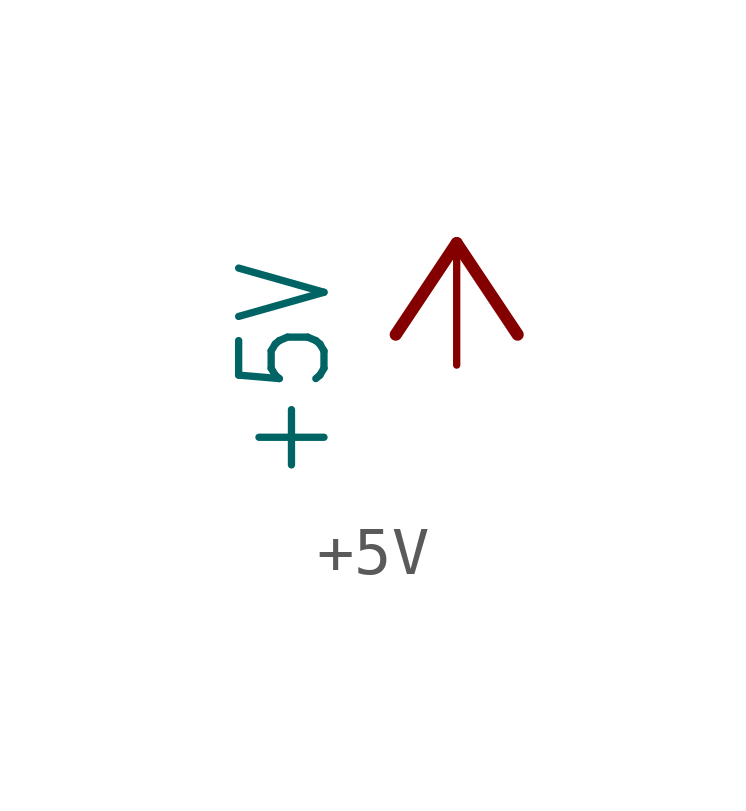
<source format=kicad_sym>
(kicad_symbol_lib
  (version 20220914)
  (generator kicad_symbol_editor)
  (symbol "+5V"
    (power)
    (property "Reference" "#P+"
      (at 0 0 0)
      (effects (font (size 1.27 1.27)) hide))
    (property "Value" "+5V"
      (at -2.54 -5.08 90)
      (effects (font (size 1.778 1.511)) (justify left bottom)))
    (property "ki_locked" ""
      (at 0 0 0)
      (effects (font (size 1.27 1.27))))
    (symbol "+5V_1_0"
      (polyline (pts (xy 0 0) (xy -1.27 -1.905)) (stroke (width 0.254) (type solid)) (fill (type none)))
      (polyline (pts (xy 1.27 -1.905) (xy 0 0)) (stroke (width 0.254) (type solid)) (fill (type none)))
      (pin power_in line (at 0 -2.54 90) (length 2.54) (name "+5V" (effects (font (size 0 0)))) (number "1" (effects (font (size 0 0))))))))
</source>
